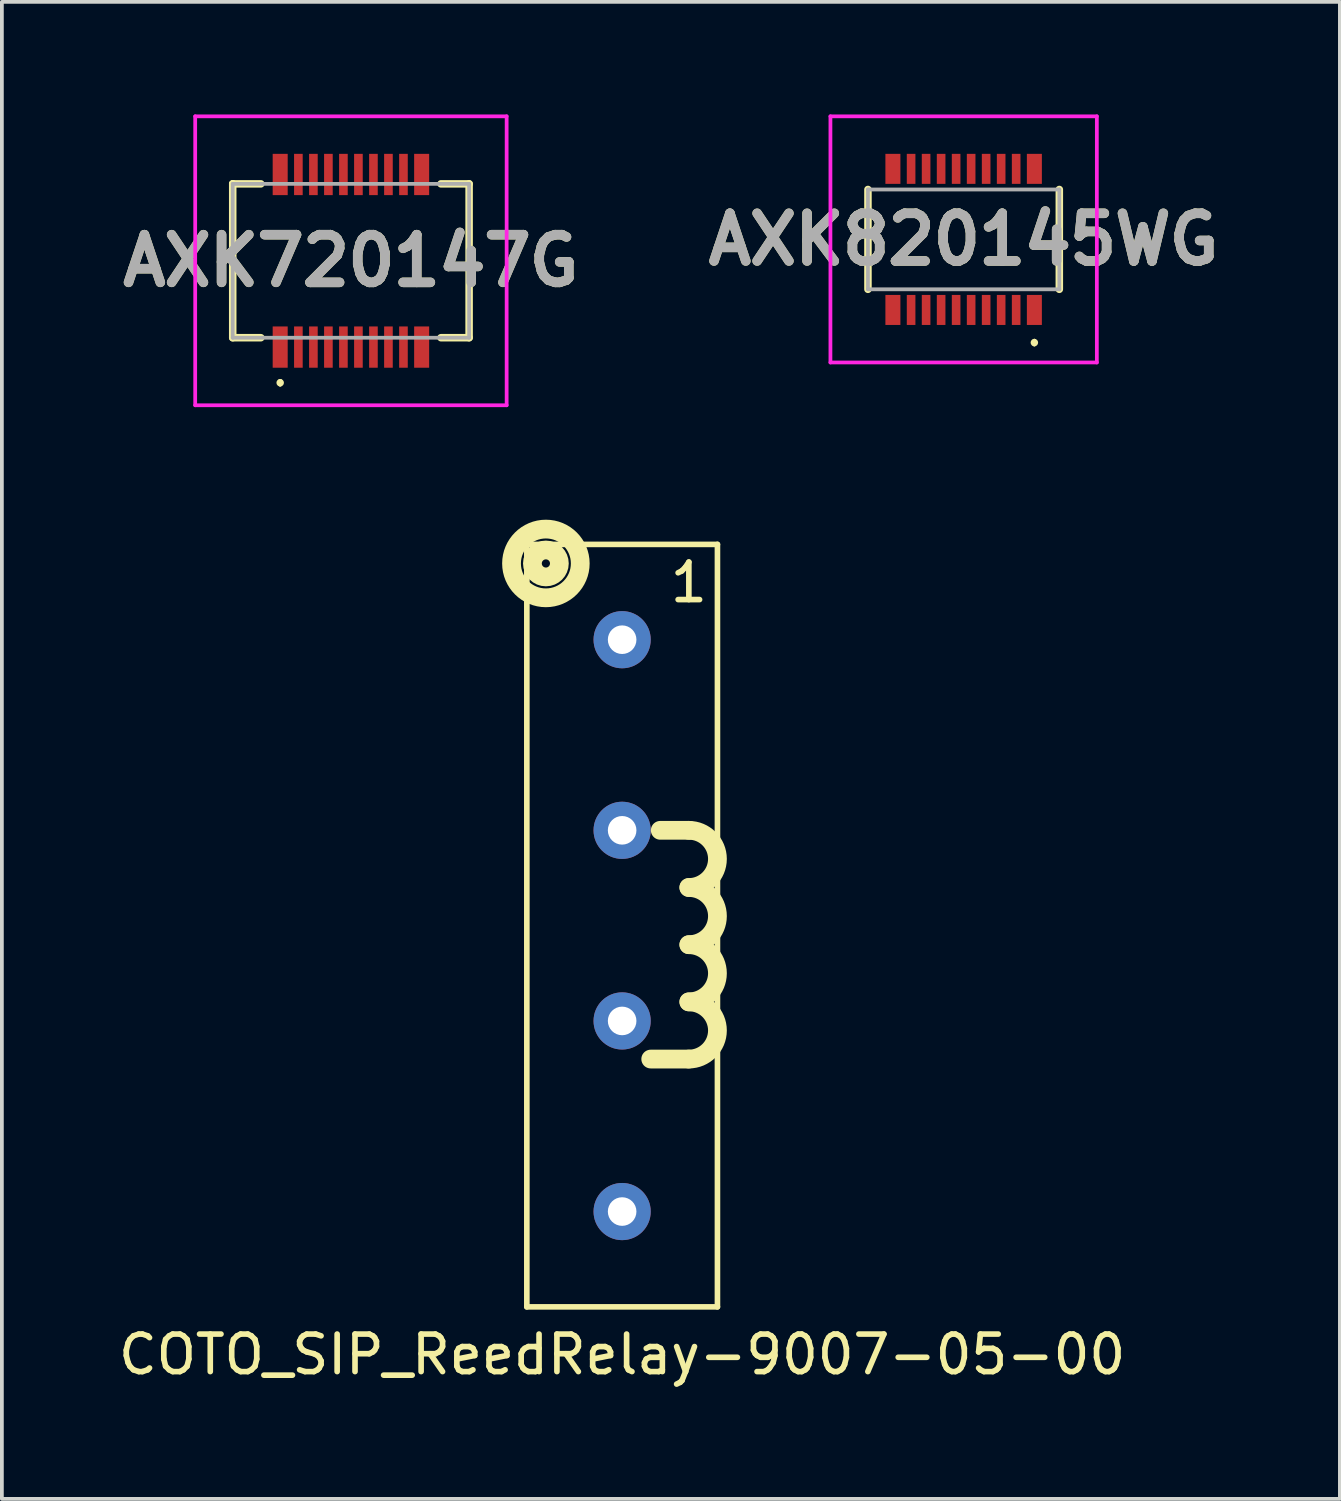
<source format=kicad_pcb>
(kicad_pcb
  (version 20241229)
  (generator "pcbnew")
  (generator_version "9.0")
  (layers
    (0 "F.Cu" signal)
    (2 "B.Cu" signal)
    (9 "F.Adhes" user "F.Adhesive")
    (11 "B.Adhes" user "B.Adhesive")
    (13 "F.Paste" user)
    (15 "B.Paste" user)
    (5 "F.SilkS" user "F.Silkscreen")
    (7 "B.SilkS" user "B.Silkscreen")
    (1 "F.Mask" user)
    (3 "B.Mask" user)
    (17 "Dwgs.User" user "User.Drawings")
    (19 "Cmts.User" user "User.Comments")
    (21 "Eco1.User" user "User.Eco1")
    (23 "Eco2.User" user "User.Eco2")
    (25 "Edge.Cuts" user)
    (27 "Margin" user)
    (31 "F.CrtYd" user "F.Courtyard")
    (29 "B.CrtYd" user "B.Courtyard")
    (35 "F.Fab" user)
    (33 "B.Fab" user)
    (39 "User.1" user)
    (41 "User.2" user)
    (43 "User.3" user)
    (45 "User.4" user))
  (footprint "AXK720147G"
    (layer "F.Cu")
    (at 6.302 3.9)
    (property "Reference" "AXK720147G" (at 0 0 0) (layer "F.SilkS") (effects (font (size 1.27 1.27) (thickness 0.254))))
    (attr smd)
    (fp_line (start -3.15 -2.05) (end -3.15 -2.05) (stroke (width 0.2) (type solid)) (layer "F.SilkS"))
    (fp_line (start -3.15 -2.05) (end -3.15 2.05) (stroke (width 0.2) (type solid)) (layer "F.SilkS"))
    (fp_line (start -3.15 2.05) (end -2.4 2.05) (stroke (width 0.2) (type solid)) (layer "F.SilkS"))
    (fp_line (start -2.4 -2.05) (end -3.15 -2.05) (stroke (width 0.2) (type solid)) (layer "F.SilkS"))
    (fp_line (start -1.885 3.2) (end -1.885 3.2) (stroke (width 0.1) (type solid)) (layer "F.SilkS"))
    (fp_line (start -1.885 3.3) (end -1.885 3.3) (stroke (width 0.1) (type solid)) (layer "F.SilkS"))
    (fp_line (start 2.4 -2.05) (end 3.15 -2.05) (stroke (width 0.2) (type solid)) (layer "F.SilkS"))
    (fp_line (start 3.15 -2.05) (end 3.15 2.05) (stroke (width 0.2) (type solid)) (layer "F.SilkS"))
    (fp_line (start 3.15 2.05) (end 2.4 2.05) (stroke (width 0.2) (type solid)) (layer "F.SilkS"))
    (fp_arc (start -1.885 3.2) (mid -1.835 3.25) (end -1.885 3.3) (stroke (width 0.1) (type solid)) (layer "F.SilkS"))
    (fp_arc (start -1.885 3.3) (mid -1.935 3.25) (end -1.885 3.2) (stroke (width 0.1) (type solid)) (layer "F.SilkS"))
    (fp_line (start -4.15 -3.85) (end 4.15 -3.85) (stroke (width 0.1) (type solid)) (layer "F.CrtYd"))
    (fp_line (start -4.15 3.85) (end -4.15 -3.85) (stroke (width 0.1) (type solid)) (layer "F.CrtYd"))
    (fp_line (start 4.15 -3.85) (end 4.15 3.85) (stroke (width 0.1) (type solid)) (layer "F.CrtYd"))
    (fp_line (start 4.15 3.85) (end -4.15 3.85) (stroke (width 0.1) (type solid)) (layer "F.CrtYd"))
    (fp_line (start -3.15 -2.05) (end 3.15 -2.05) (stroke (width 0.1) (type solid)) (layer "F.Fab"))
    (fp_line (start -3.15 2.05) (end -3.15 -2.05) (stroke (width 0.1) (type solid)) (layer "F.Fab"))
    (fp_line (start 3.15 -2.05) (end 3.15 2.05) (stroke (width 0.1) (type solid)) (layer "F.Fab"))
    (fp_line (start 3.15 2.05) (end -3.15 2.05) (stroke (width 0.1) (type solid)) (layer "F.Fab"))
    (fp_text user "${REFERENCE}" (at 0 0 0) (layer "F.Fab") (effects (font (size 1.27 1.27) (thickness 0.254))))
    (pad "1" smd rect (at -1.885 2.3) (size 0.4 1.1) (layers "F.Cu" "F.Mask" "F.Paste"))
    (pad "2" smd rect (at -1.885 -2.3) (size 0.4 1.1) (layers "F.Cu" "F.Mask" "F.Paste"))
    (pad "3" smd rect (at -1.4 2.3) (size 0.23 1.1) (layers "F.Cu" "F.Mask" "F.Paste"))
    (pad "4" smd rect (at -1.4 -2.3) (size 0.23 1.1) (layers "F.Cu" "F.Mask" "F.Paste"))
    (pad "5" smd rect (at -1 2.3) (size 0.23 1.1) (layers "F.Cu" "F.Mask" "F.Paste"))
    (pad "6" smd rect (at -1 -2.3) (size 0.23 1.1) (layers "F.Cu" "F.Mask" "F.Paste"))
    (pad "7" smd rect (at -0.6 2.3) (size 0.23 1.1) (layers "F.Cu" "F.Mask" "F.Paste"))
    (pad "8" smd rect (at -0.6 -2.3) (size 0.23 1.1) (layers "F.Cu" "F.Mask" "F.Paste"))
    (pad "9" smd rect (at -0.2 2.3) (size 0.23 1.1) (layers "F.Cu" "F.Mask" "F.Paste"))
    (pad "10" smd rect (at -0.2 -2.3) (size 0.23 1.1) (layers "F.Cu" "F.Mask" "F.Paste"))
    (pad "11" smd rect (at 0.2 2.3) (size 0.23 1.1) (layers "F.Cu" "F.Mask" "F.Paste"))
    (pad "12" smd rect (at 0.2 -2.3) (size 0.23 1.1) (layers "F.Cu" "F.Mask" "F.Paste"))
    (pad "13" smd rect (at 0.6 2.3) (size 0.23 1.1) (layers "F.Cu" "F.Mask" "F.Paste"))
    (pad "14" smd rect (at 0.6 -2.3) (size 0.23 1.1) (layers "F.Cu" "F.Mask" "F.Paste"))
    (pad "15" smd rect (at 1 2.3) (size 0.23 1.1) (layers "F.Cu" "F.Mask" "F.Paste"))
    (pad "16" smd rect (at 1 -2.3) (size 0.23 1.1) (layers "F.Cu" "F.Mask" "F.Paste"))
    (pad "17" smd rect (at 1.4 2.3) (size 0.23 1.1) (layers "F.Cu" "F.Mask" "F.Paste"))
    (pad "18" smd rect (at 1.4 -2.3) (size 0.23 1.1) (layers "F.Cu" "F.Mask" "F.Paste"))
    (pad "19" smd rect (at 1.885 2.3) (size 0.4 1.1) (layers "F.Cu" "F.Mask" "F.Paste"))
    (pad "20" smd rect (at 1.885 -2.3) (size 0.4 1.1) (layers "F.Cu" "F.Mask" "F.Paste")))
  (footprint "AXK820145WG"
    (layer "F.Cu")
    (at 22.631 3.33)
    (property "Reference" "AXK820145WG" (at 0 0 0) (layer "F.SilkS") (effects (font (size 1.27 1.27) (thickness 0.254))))
    (attr smd)
    (fp_line (start -2.55 -1.33) (end -2.55 1.33) (stroke (width 0.2) (type solid)) (layer "F.SilkS"))
    (fp_line (start 1.885 2.7) (end 1.885 2.7) (stroke (width 0.1) (type solid)) (layer "F.SilkS"))
    (fp_line (start 1.885 2.8) (end 1.885 2.8) (stroke (width 0.1) (type solid)) (layer "F.SilkS"))
    (fp_line (start 2.55 -1.33) (end 2.55 1.33) (stroke (width 0.2) (type solid)) (layer "F.SilkS"))
    (fp_arc (start 1.885 2.7) (mid 1.935 2.75) (end 1.885 2.8) (stroke (width 0.1) (type solid)) (layer "F.SilkS"))
    (fp_arc (start 1.885 2.8) (mid 1.835 2.75) (end 1.885 2.7) (stroke (width 0.1) (type solid)) (layer "F.SilkS"))
    (fp_line (start -3.55 -3.28) (end -3.55 3.28) (stroke (width 0.1) (type solid)) (layer "F.CrtYd"))
    (fp_line (start -3.55 3.28) (end 3.55 3.28) (stroke (width 0.1) (type solid)) (layer "F.CrtYd"))
    (fp_line (start 3.55 -3.28) (end -3.55 -3.28) (stroke (width 0.1) (type solid)) (layer "F.CrtYd"))
    (fp_line (start 3.55 3.28) (end 3.55 -3.28) (stroke (width 0.1) (type solid)) (layer "F.CrtYd"))
    (fp_line (start -2.55 -1.33) (end -2.55 1.33) (stroke (width 0.1) (type solid)) (layer "F.Fab"))
    (fp_line (start -2.55 1.33) (end 2.55 1.33) (stroke (width 0.1) (type solid)) (layer "F.Fab"))
    (fp_line (start 2.55 -1.33) (end -2.55 -1.33) (stroke (width 0.1) (type solid)) (layer "F.Fab"))
    (fp_line (start 2.55 1.33) (end 2.55 -1.33) (stroke (width 0.1) (type solid)) (layer "F.Fab"))
    (fp_text user "${REFERENCE}" (at 0 0 0) (layer "F.Fab") (effects (font (size 1.27 1.27) (thickness 0.254))))
    (pad "1" smd rect (at 1.885 1.88) (size 0.4 0.8) (layers "F.Cu" "F.Mask" "F.Paste"))
    (pad "2" smd rect (at 1.885 -1.88) (size 0.4 0.8) (layers "F.Cu" "F.Mask" "F.Paste"))
    (pad "3" smd rect (at 1.4 1.88) (size 0.23 0.8) (layers "F.Cu" "F.Mask" "F.Paste"))
    (pad "4" smd rect (at 1.4 -1.88) (size 0.23 0.8) (layers "F.Cu" "F.Mask" "F.Paste"))
    (pad "5" smd rect (at 1 1.88) (size 0.23 0.8) (layers "F.Cu" "F.Mask" "F.Paste"))
    (pad "6" smd rect (at 1 -1.88) (size 0.23 0.8) (layers "F.Cu" "F.Mask" "F.Paste"))
    (pad "7" smd rect (at 0.6 1.88) (size 0.23 0.8) (layers "F.Cu" "F.Mask" "F.Paste"))
    (pad "8" smd rect (at 0.6 -1.88) (size 0.23 0.8) (layers "F.Cu" "F.Mask" "F.Paste"))
    (pad "9" smd rect (at 0.2 1.88) (size 0.23 0.8) (layers "F.Cu" "F.Mask" "F.Paste"))
    (pad "10" smd rect (at 0.2 -1.88) (size 0.23 0.8) (layers "F.Cu" "F.Mask" "F.Paste"))
    (pad "11" smd rect (at -0.2 1.88) (size 0.23 0.8) (layers "F.Cu" "F.Mask" "F.Paste"))
    (pad "12" smd rect (at -0.2 -1.88) (size 0.23 0.8) (layers "F.Cu" "F.Mask" "F.Paste"))
    (pad "13" smd rect (at -0.6 1.88) (size 0.23 0.8) (layers "F.Cu" "F.Mask" "F.Paste"))
    (pad "14" smd rect (at -0.6 -1.88) (size 0.23 0.8) (layers "F.Cu" "F.Mask" "F.Paste"))
    (pad "15" smd rect (at -1 1.88) (size 0.23 0.8) (layers "F.Cu" "F.Mask" "F.Paste"))
    (pad "16" smd rect (at -1 -1.88) (size 0.23 0.8) (layers "F.Cu" "F.Mask" "F.Paste"))
    (pad "17" smd rect (at -1.4 1.88) (size 0.23 0.8) (layers "F.Cu" "F.Mask" "F.Paste"))
    (pad "18" smd rect (at -1.4 -1.88) (size 0.23 0.8) (layers "F.Cu" "F.Mask" "F.Paste"))
    (pad "19" smd rect (at -1.885 1.88) (size 0.4 0.8) (layers "F.Cu" "F.Mask" "F.Paste"))
    (pad "20" smd rect (at -1.885 -1.88) (size 0.4 0.8) (layers "F.Cu" "F.Mask" "F.Paste")))
  (footprint "COTO_SIP_ReedRelay-9007-05-00"
    (layer "F.Cu")
    (at 13.53 21.618)
    (property "Reference" "COTO_SIP_ReedRelay-9007-05-00" (at 0 11.43 0) (layer "F.SilkS") (effects (font (size 1 1) (thickness 0.15))))
    (attr through_hole)
    (fp_line (start -2.54 -10.16) (end 2.54 -10.16) (stroke (width 0.15) (type solid)) (layer "F.SilkS"))
    (fp_line (start -2.54 10.16) (end -2.54 -10.16) (stroke (width 0.15) (type solid)) (layer "F.SilkS"))
    (fp_line (start 1.778 -2.54) (end 1.016 -2.54) (stroke (width 0.5) (type solid)) (layer "F.SilkS"))
    (fp_line (start 1.778 3.556) (end 0.762 3.556) (stroke (width 0.5) (type solid)) (layer "F.SilkS"))
    (fp_line (start 2.54 -10.16) (end 2.54 10.16) (stroke (width 0.15) (type solid)) (layer "F.SilkS"))
    (fp_line (start 2.54 10.16) (end -2.54 10.16) (stroke (width 0.15) (type solid)) (layer "F.SilkS"))
    (fp_arc (start 1.778 -2.54) (mid 2.54 -1.778) (end 1.778 -1.016) (stroke (width 0.5) (type solid)) (layer "F.SilkS"))
    (fp_arc (start 1.778 -1.016) (mid 2.54 -0.254) (end 1.778 0.508) (stroke (width 0.5) (type solid)) (layer "F.SilkS"))
    (fp_arc (start 1.778 0.508) (mid 2.54 1.27) (end 1.778 2.032) (stroke (width 0.5) (type solid)) (layer "F.SilkS"))
    (fp_arc (start 1.778 2.032) (mid 2.54 2.794) (end 1.778 3.556) (stroke (width 0.5) (type solid)) (layer "F.SilkS"))
    (fp_circle (center -2.032 -9.652) (end -1.778 -9.398) (stroke (width 0.5) (type solid)) (fill no) (layer "F.SilkS"))
    (fp_circle (center -2.032 -9.652) (end -1.524 -8.89) (stroke (width 0.5) (type solid)) (fill no) (layer "F.SilkS"))
    (fp_text user "1" (at 1.778 -9.144 0) (layer "F.SilkS") (effects (font (size 1 1) (thickness 0.15))))
    (pad "1" thru_hole circle (at 0 -7.62) (size 1.524 1.524) (drill 0.762) (layers "*.Cu" "*.Mask"))
    (pad "2" thru_hole circle (at 0 -2.54) (size 1.524 1.524) (drill 0.762) (layers "*.Cu" "*.Mask"))
    (pad "3" thru_hole circle (at 0 2.54) (size 1.524 1.524) (drill 0.762) (layers "*.Cu" "*.Mask"))
    (pad "4" thru_hole circle (at 0 7.62) (size 1.524 1.524) (drill 0.762) (layers "*.Cu" "*.Mask")))
  (gr_rect
    (start -3 -3)
    (end 32.658 36.896)
    (stroke (width 0.1) (type default))
    (fill no)
    (layer "Edge.Cuts")))
</source>
